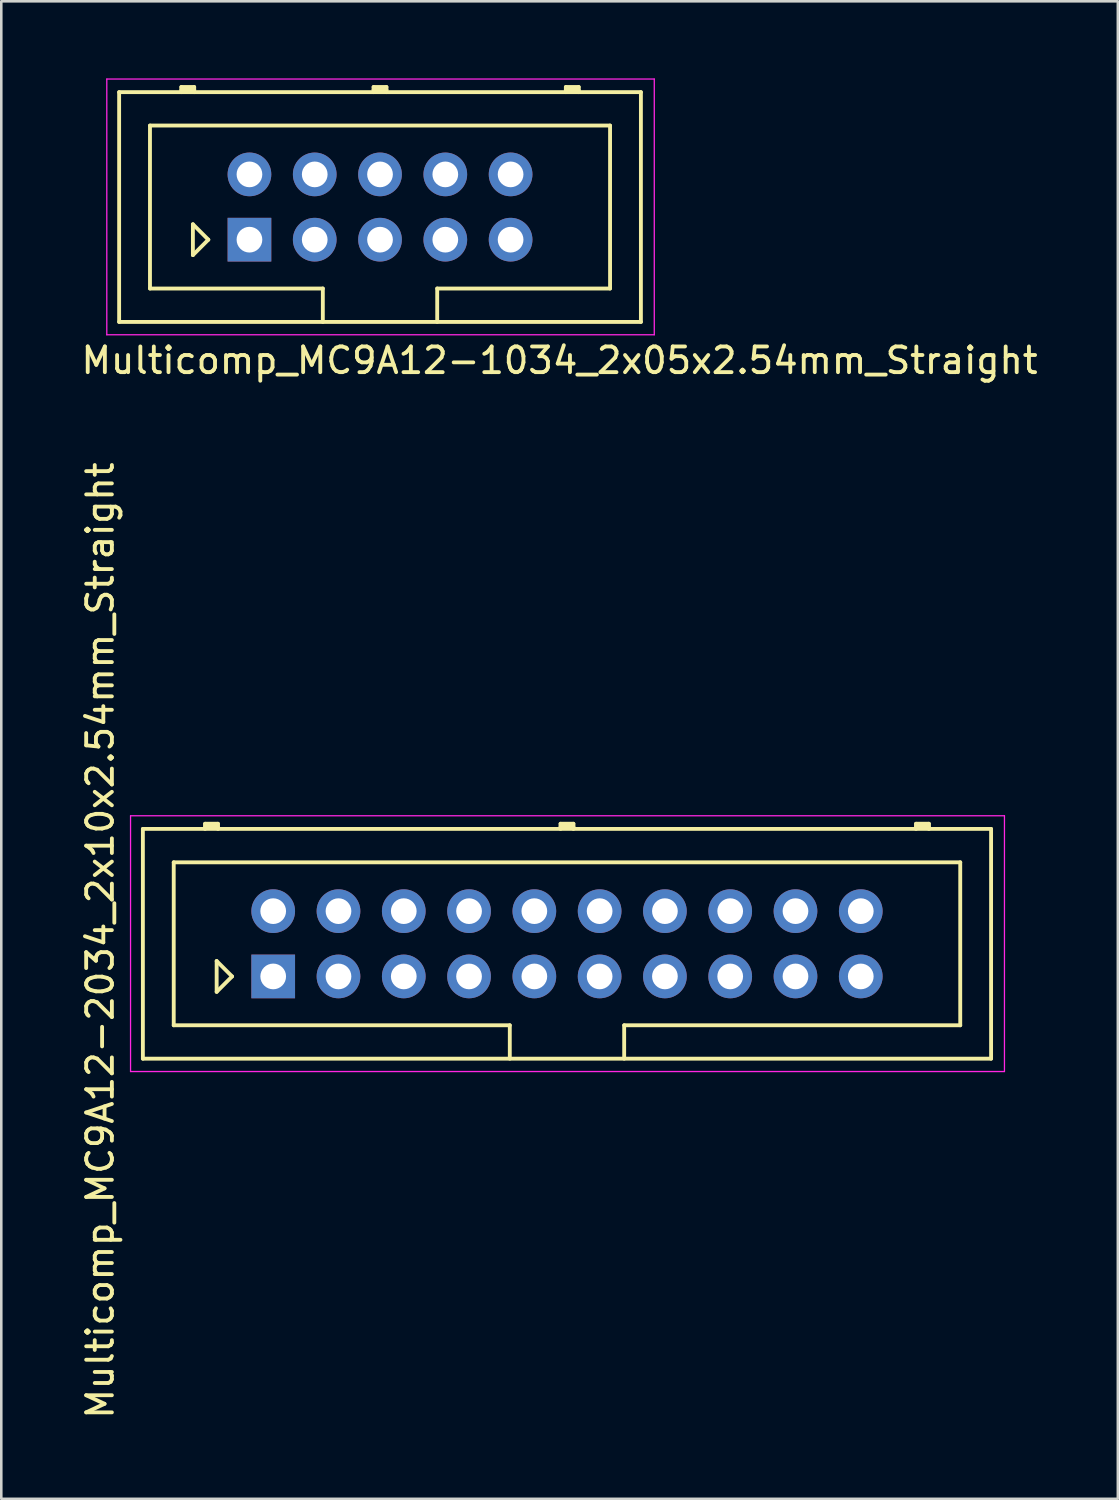
<source format=kicad_pcb>
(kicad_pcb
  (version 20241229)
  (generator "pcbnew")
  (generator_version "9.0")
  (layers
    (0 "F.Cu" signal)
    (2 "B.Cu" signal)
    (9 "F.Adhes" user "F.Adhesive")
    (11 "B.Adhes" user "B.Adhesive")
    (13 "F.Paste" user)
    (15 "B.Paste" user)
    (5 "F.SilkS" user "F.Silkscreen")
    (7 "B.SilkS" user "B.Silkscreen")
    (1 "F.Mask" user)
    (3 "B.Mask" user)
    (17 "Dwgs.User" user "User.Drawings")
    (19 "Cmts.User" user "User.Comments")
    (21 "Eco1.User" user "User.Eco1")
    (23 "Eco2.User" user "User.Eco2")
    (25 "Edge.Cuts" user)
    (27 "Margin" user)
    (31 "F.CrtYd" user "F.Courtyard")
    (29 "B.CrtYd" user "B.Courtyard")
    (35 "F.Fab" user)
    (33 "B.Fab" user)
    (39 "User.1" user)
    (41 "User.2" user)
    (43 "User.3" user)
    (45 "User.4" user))
  (footprint "Multicomp_MC9A12-2034_2x10x2.54mm_Straight"
    (layer "F.Cu")
    (at 7.579 34.939)
    (property "Reference" "Multicomp_MC9A12-2034_2x10x2.54mm_Straight" (at -6.731 -1.397 270) (layer "F.SilkS") (effects (font (size 1 1) (thickness 0.15))))
    (attr through_hole)
    (fp_line (start -5.07 -5.74) (end 27.93 -5.74) (stroke (width 0.15) (type solid)) (layer "F.SilkS"))
    (fp_line (start -5.07 3.2) (end -5.07 -5.74) (stroke (width 0.15) (type solid)) (layer "F.SilkS"))
    (fp_line (start -3.87 -4.44) (end 26.73 -4.44) (stroke (width 0.15) (type solid)) (layer "F.SilkS"))
    (fp_line (start -3.87 1.9) (end -3.87 -4.44) (stroke (width 0.15) (type solid)) (layer "F.SilkS"))
    (fp_line (start -2.65 -5.94) (end -2.15 -5.94) (stroke (width 0.15) (type solid)) (layer "F.SilkS"))
    (fp_line (start -2.65 -5.84) (end -2.15 -5.84) (stroke (width 0.15) (type solid)) (layer "F.SilkS"))
    (fp_line (start -2.65 -5.74) (end -2.65 -5.94) (stroke (width 0.15) (type solid)) (layer "F.SilkS"))
    (fp_line (start -2.2 -0.6) (end -1.6 0) (stroke (width 0.15) (type solid)) (layer "F.SilkS"))
    (fp_line (start -2.2 0.6) (end -2.2 -0.6) (stroke (width 0.15) (type solid)) (layer "F.SilkS"))
    (fp_line (start -2.15 -5.94) (end -2.15 -5.74) (stroke (width 0.15) (type solid)) (layer "F.SilkS"))
    (fp_line (start -1.6 0) (end -2.2 0.6) (stroke (width 0.15) (type solid)) (layer "F.SilkS"))
    (fp_line (start 9.205 1.9) (end -3.87 1.9) (stroke (width 0.15) (type solid)) (layer "F.SilkS"))
    (fp_line (start 9.205 3.2) (end 9.205 1.9) (stroke (width 0.15) (type solid)) (layer "F.SilkS"))
    (fp_line (start 11.18 -5.94) (end 11.68 -5.94) (stroke (width 0.15) (type solid)) (layer "F.SilkS"))
    (fp_line (start 11.18 -5.84) (end 11.68 -5.84) (stroke (width 0.15) (type solid)) (layer "F.SilkS"))
    (fp_line (start 11.18 -5.74) (end 11.18 -5.94) (stroke (width 0.15) (type solid)) (layer "F.SilkS"))
    (fp_line (start 11.68 -5.94) (end 11.68 -5.74) (stroke (width 0.15) (type solid)) (layer "F.SilkS"))
    (fp_line (start 13.655 1.9) (end 13.655 3.2) (stroke (width 0.15) (type solid)) (layer "F.SilkS"))
    (fp_line (start 25.01 -5.94) (end 25.51 -5.94) (stroke (width 0.15) (type solid)) (layer "F.SilkS"))
    (fp_line (start 25.01 -5.84) (end 25.51 -5.84) (stroke (width 0.15) (type solid)) (layer "F.SilkS"))
    (fp_line (start 25.01 -5.74) (end 25.01 -5.94) (stroke (width 0.15) (type solid)) (layer "F.SilkS"))
    (fp_line (start 25.51 -5.94) (end 25.51 -5.74) (stroke (width 0.15) (type solid)) (layer "F.SilkS"))
    (fp_line (start 26.73 -4.44) (end 26.73 1.9) (stroke (width 0.15) (type solid)) (layer "F.SilkS"))
    (fp_line (start 26.73 1.9) (end 13.655 1.9) (stroke (width 0.15) (type solid)) (layer "F.SilkS"))
    (fp_line (start 27.93 -5.74) (end 27.93 3.2) (stroke (width 0.15) (type solid)) (layer "F.SilkS"))
    (fp_line (start 27.93 3.2) (end -5.07 3.2) (stroke (width 0.15) (type solid)) (layer "F.SilkS"))
    (fp_line (start -5.55 -6.25) (end 28.45 -6.25) (stroke (width 0.05) (type solid)) (layer "F.CrtYd"))
    (fp_line (start -5.55 3.7) (end -5.55 -6.25) (stroke (width 0.05) (type solid)) (layer "F.CrtYd"))
    (fp_line (start 28.45 -6.25) (end 28.45 3.7) (stroke (width 0.05) (type solid)) (layer "F.CrtYd"))
    (fp_line (start 28.45 3.7) (end -5.55 3.7) (stroke (width 0.05) (type solid)) (layer "F.CrtYd"))
    (pad "1" thru_hole rect (at 0 0) (size 1.7 1.7) (drill 1) (layers "*.Cu" "*.Mask"))
    (pad "2" thru_hole circle (at 0 -2.54) (size 1.7 1.7) (drill 1) (layers "*.Cu" "*.Mask"))
    (pad "3" thru_hole circle (at 2.54 0) (size 1.7 1.7) (drill 1) (layers "*.Cu" "*.Mask"))
    (pad "4" thru_hole circle (at 2.54 -2.54) (size 1.7 1.7) (drill 1) (layers "*.Cu" "*.Mask"))
    (pad "5" thru_hole circle (at 5.08 0) (size 1.7 1.7) (drill 1) (layers "*.Cu" "*.Mask"))
    (pad "6" thru_hole circle (at 5.08 -2.54) (size 1.7 1.7) (drill 1) (layers "*.Cu" "*.Mask"))
    (pad "7" thru_hole circle (at 7.62 0) (size 1.7 1.7) (drill 1) (layers "*.Cu" "*.Mask"))
    (pad "8" thru_hole circle (at 7.62 -2.54) (size 1.7 1.7) (drill 1) (layers "*.Cu" "*.Mask"))
    (pad "9" thru_hole circle (at 10.16 0) (size 1.7 1.7) (drill 1) (layers "*.Cu" "*.Mask"))
    (pad "10" thru_hole circle (at 10.16 -2.54) (size 1.7 1.7) (drill 1) (layers "*.Cu" "*.Mask"))
    (pad "11" thru_hole circle (at 12.7 0) (size 1.7 1.7) (drill 1) (layers "*.Cu" "*.Mask"))
    (pad "12" thru_hole circle (at 12.7 -2.54) (size 1.7 1.7) (drill 1) (layers "*.Cu" "*.Mask"))
    (pad "13" thru_hole circle (at 15.24 0) (size 1.7 1.7) (drill 1) (layers "*.Cu" "*.Mask"))
    (pad "14" thru_hole circle (at 15.24 -2.54) (size 1.7 1.7) (drill 1) (layers "*.Cu" "*.Mask"))
    (pad "15" thru_hole circle (at 17.78 0) (size 1.7 1.7) (drill 1) (layers "*.Cu" "*.Mask"))
    (pad "16" thru_hole circle (at 17.78 -2.54) (size 1.7 1.7) (drill 1) (layers "*.Cu" "*.Mask"))
    (pad "17" thru_hole circle (at 20.32 0) (size 1.7 1.7) (drill 1) (layers "*.Cu" "*.Mask"))
    (pad "18" thru_hole circle (at 20.32 -2.54) (size 1.7 1.7) (drill 1) (layers "*.Cu" "*.Mask"))
    (pad "19" thru_hole circle (at 22.86 0) (size 1.7 1.7) (drill 1) (layers "*.Cu" "*.Mask"))
    (pad "20" thru_hole circle (at 22.86 -2.54) (size 1.7 1.7) (drill 1) (layers "*.Cu" "*.Mask")))
  (footprint "Multicomp_MC9A12-1034_2x05x2.54mm_Straight"
    (layer "F.Cu")
    (at 6.655 6.275)
    (property "Reference" "Multicomp_MC9A12-1034_2x05x2.54mm_Straight" (at 12.065 4.699 0) (layer "F.SilkS") (effects (font (size 1 1) (thickness 0.15))))
    (attr through_hole)
    (fp_line (start -5.07 -5.74) (end 15.23 -5.74) (stroke (width 0.15) (type solid)) (layer "F.SilkS"))
    (fp_line (start -5.07 3.2) (end -5.07 -5.74) (stroke (width 0.15) (type solid)) (layer "F.SilkS"))
    (fp_line (start -3.87 -4.44) (end 14.03 -4.44) (stroke (width 0.15) (type solid)) (layer "F.SilkS"))
    (fp_line (start -3.87 1.9) (end -3.87 -4.44) (stroke (width 0.15) (type solid)) (layer "F.SilkS"))
    (fp_line (start -2.65 -5.94) (end -2.15 -5.94) (stroke (width 0.15) (type solid)) (layer "F.SilkS"))
    (fp_line (start -2.65 -5.84) (end -2.15 -5.84) (stroke (width 0.15) (type solid)) (layer "F.SilkS"))
    (fp_line (start -2.65 -5.74) (end -2.65 -5.94) (stroke (width 0.15) (type solid)) (layer "F.SilkS"))
    (fp_line (start -2.2 -0.6) (end -1.6 0) (stroke (width 0.15) (type solid)) (layer "F.SilkS"))
    (fp_line (start -2.2 0.6) (end -2.2 -0.6) (stroke (width 0.15) (type solid)) (layer "F.SilkS"))
    (fp_line (start -2.15 -5.94) (end -2.15 -5.74) (stroke (width 0.15) (type solid)) (layer "F.SilkS"))
    (fp_line (start -1.6 0) (end -2.2 0.6) (stroke (width 0.15) (type solid)) (layer "F.SilkS"))
    (fp_line (start 2.855 1.9) (end -3.87 1.9) (stroke (width 0.15) (type solid)) (layer "F.SilkS"))
    (fp_line (start 2.855 3.2) (end 2.855 1.9) (stroke (width 0.15) (type solid)) (layer "F.SilkS"))
    (fp_line (start 4.83 -5.94) (end 5.33 -5.94) (stroke (width 0.15) (type solid)) (layer "F.SilkS"))
    (fp_line (start 4.83 -5.84) (end 5.33 -5.84) (stroke (width 0.15) (type solid)) (layer "F.SilkS"))
    (fp_line (start 4.83 -5.74) (end 4.83 -5.94) (stroke (width 0.15) (type solid)) (layer "F.SilkS"))
    (fp_line (start 5.33 -5.94) (end 5.33 -5.74) (stroke (width 0.15) (type solid)) (layer "F.SilkS"))
    (fp_line (start 7.305 1.9) (end 7.305 3.2) (stroke (width 0.15) (type solid)) (layer "F.SilkS"))
    (fp_line (start 12.31 -5.94) (end 12.81 -5.94) (stroke (width 0.15) (type solid)) (layer "F.SilkS"))
    (fp_line (start 12.31 -5.84) (end 12.81 -5.84) (stroke (width 0.15) (type solid)) (layer "F.SilkS"))
    (fp_line (start 12.31 -5.74) (end 12.31 -5.94) (stroke (width 0.15) (type solid)) (layer "F.SilkS"))
    (fp_line (start 12.81 -5.94) (end 12.81 -5.74) (stroke (width 0.15) (type solid)) (layer "F.SilkS"))
    (fp_line (start 14.03 -4.44) (end 14.03 1.9) (stroke (width 0.15) (type solid)) (layer "F.SilkS"))
    (fp_line (start 14.03 1.9) (end 7.305 1.9) (stroke (width 0.15) (type solid)) (layer "F.SilkS"))
    (fp_line (start 15.23 -5.74) (end 15.23 3.2) (stroke (width 0.15) (type solid)) (layer "F.SilkS"))
    (fp_line (start 15.23 3.2) (end -5.07 3.2) (stroke (width 0.15) (type solid)) (layer "F.SilkS"))
    (fp_line (start -5.55 -6.25) (end 15.75 -6.25) (stroke (width 0.05) (type solid)) (layer "F.CrtYd"))
    (fp_line (start -5.55 3.7) (end -5.55 -6.25) (stroke (width 0.05) (type solid)) (layer "F.CrtYd"))
    (fp_line (start 15.75 -6.25) (end 15.75 3.7) (stroke (width 0.05) (type solid)) (layer "F.CrtYd"))
    (fp_line (start 15.75 3.7) (end -5.55 3.7) (stroke (width 0.05) (type solid)) (layer "F.CrtYd"))
    (pad "1" thru_hole rect (at 0 0) (size 1.7 1.7) (drill 1) (layers "*.Cu" "*.Mask"))
    (pad "2" thru_hole circle (at 0 -2.54) (size 1.7 1.7) (drill 1) (layers "*.Cu" "*.Mask"))
    (pad "3" thru_hole circle (at 2.54 0) (size 1.7 1.7) (drill 1) (layers "*.Cu" "*.Mask"))
    (pad "4" thru_hole circle (at 2.54 -2.54) (size 1.7 1.7) (drill 1) (layers "*.Cu" "*.Mask"))
    (pad "5" thru_hole circle (at 5.08 0) (size 1.7 1.7) (drill 1) (layers "*.Cu" "*.Mask"))
    (pad "6" thru_hole circle (at 5.08 -2.54) (size 1.7 1.7) (drill 1) (layers "*.Cu" "*.Mask"))
    (pad "7" thru_hole circle (at 7.62 0) (size 1.7 1.7) (drill 1) (layers "*.Cu" "*.Mask"))
    (pad "8" thru_hole circle (at 7.62 -2.54) (size 1.7 1.7) (drill 1) (layers "*.Cu" "*.Mask"))
    (pad "9" thru_hole circle (at 10.16 0) (size 1.7 1.7) (drill 1) (layers "*.Cu" "*.Mask"))
    (pad "10" thru_hole circle (at 10.16 -2.54) (size 1.7 1.7) (drill 1) (layers "*.Cu" "*.Mask")))
  (gr_rect
    (start -3 -3)
    (end 40.44 55.263)
    (stroke (width 0.1) (type default))
    (fill no)
    (layer "Edge.Cuts")))
</source>
